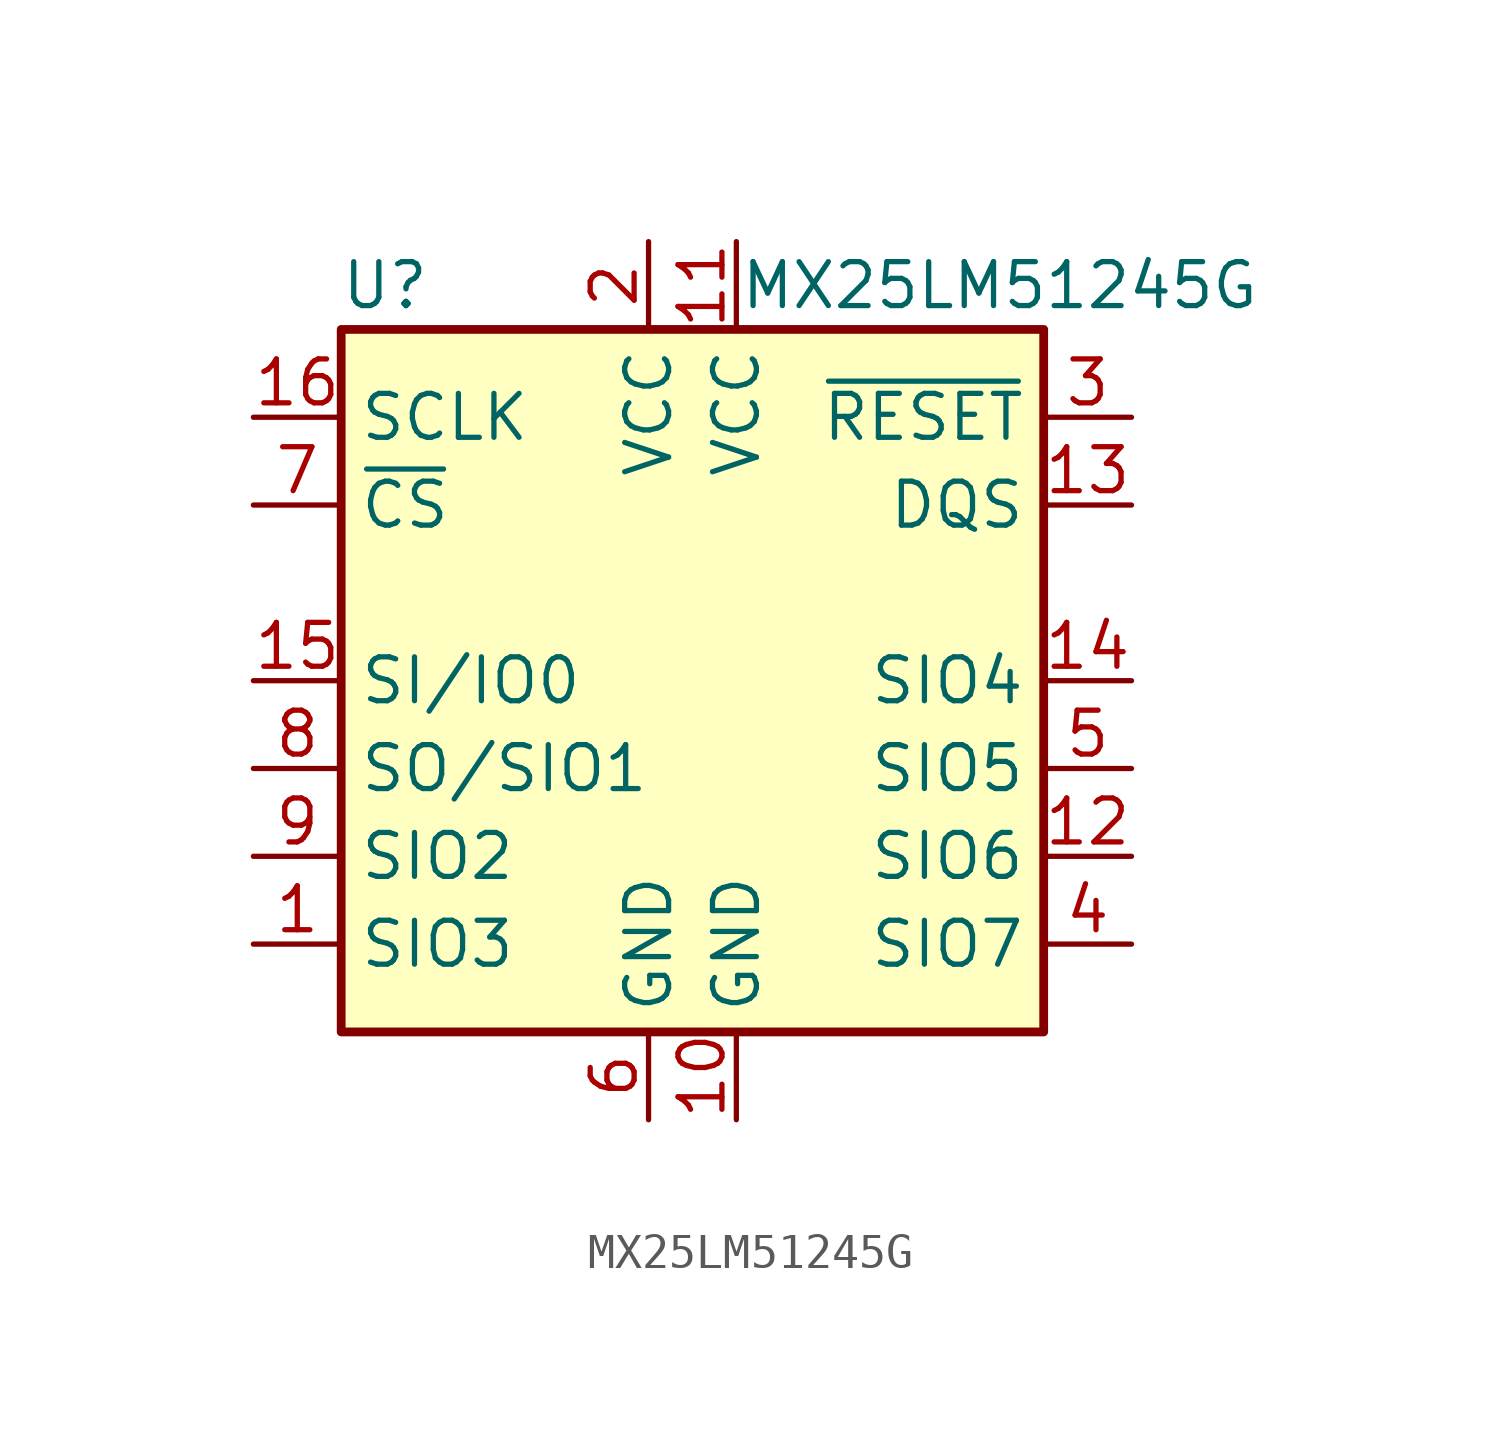
<source format=kicad_sym>
(kicad_symbol_lib
  (version 20231120)
  (generator "kicad_symbol_editor")
  (generator_version "8.0")
  (symbol "MX25LM51245G"
    (property "Reference" "U"
      (at -8.89 11.43 0)
      (effects (font (size 1.27 1.27))))
    (property "Value" "MX25LM51245G"
      (at 8.89 11.43 0)
      (effects (font (size 1.27 1.27))))
    (symbol "MX25LM51245G_0_1"
      (rectangle (start -10.16 10.16) (end 10.16 -10.16) (stroke (width 0.254) (type default)) (fill (type background)))
      (pin bidirectional line (at -12.7 -7.62 0) (length 2.54) (name "SIO3" (effects (font (size 1.27 1.27)))) (number "1" (effects (font (size 1.27 1.27)))))
      (pin power_in line (at 1.27 -12.7 90) (length 2.54) (name "GND" (effects (font (size 1.27 1.27)))) (number "10" (effects (font (size 1.27 1.27)))))
      (pin power_in line (at 1.27 12.7 270) (length 2.54) (name "VCC" (effects (font (size 1.27 1.27)))) (number "11" (effects (font (size 1.27 1.27)))))
      (pin input line (at 12.7 5.08 180) (length 2.54) (name "DQS" (effects (font (size 1.27 1.27)))) (number "13" (effects (font (size 1.27 1.27)))))
      (pin bidirectional line (at -12.7 0 0) (length 2.54) (name "SI/IO0" (effects (font (size 1.27 1.27)))) (number "15" (effects (font (size 1.27 1.27)))))
      (pin input line (at -12.7 7.62 0) (length 2.54) (name "SCLK" (effects (font (size 1.27 1.27)))) (number "16" (effects (font (size 1.27 1.27)))))
      (pin power_in line (at -1.27 12.7 270) (length 2.54) (name "VCC" (effects (font (size 1.27 1.27)))) (number "2" (effects (font (size 1.27 1.27)))))
      (pin input line (at 12.7 7.62 180) (length 2.54) (name "~{RESET}" (effects (font (size 1.27 1.27)))) (number "3" (effects (font (size 1.27 1.27)))))
      (pin power_in line (at -1.27 -12.7 90) (length 2.54) (name "GND" (effects (font (size 1.27 1.27)))) (number "6" (effects (font (size 1.27 1.27)))))
      (pin input line (at -12.7 5.08 0) (length 2.54) (name "~{CS}" (effects (font (size 1.27 1.27)))) (number "7" (effects (font (size 1.27 1.27)))))
      (pin bidirectional line (at -12.7 -2.54 0) (length 2.54) (name "SO/SIO1" (effects (font (size 1.27 1.27)))) (number "8" (effects (font (size 1.27 1.27)))))
      (pin bidirectional line (at -12.7 -5.08 0) (length 2.54) (name "SIO2" (effects (font (size 1.27 1.27)))) (number "9" (effects (font (size 1.27 1.27))))))
    (symbol "MX25LM51245G_1_1"
      (pin bidirectional line (at 12.7 -5.08 180) (length 2.54) (name "SIO6" (effects (font (size 1.27 1.27)))) (number "12" (effects (font (size 1.27 1.27)))))
      (pin bidirectional line (at 12.7 0 180) (length 2.54) (name "SIO4" (effects (font (size 1.27 1.27)))) (number "14" (effects (font (size 1.27 1.27)))))
      (pin bidirectional line (at 12.7 -7.62 180) (length 2.54) (name "SIO7" (effects (font (size 1.27 1.27)))) (number "4" (effects (font (size 1.27 1.27)))))
      (pin bidirectional line (at 12.7 -2.54 180) (length 2.54) (name "SIO5" (effects (font (size 1.27 1.27)))) (number "5" (effects (font (size 1.27 1.27))))))))
</source>
